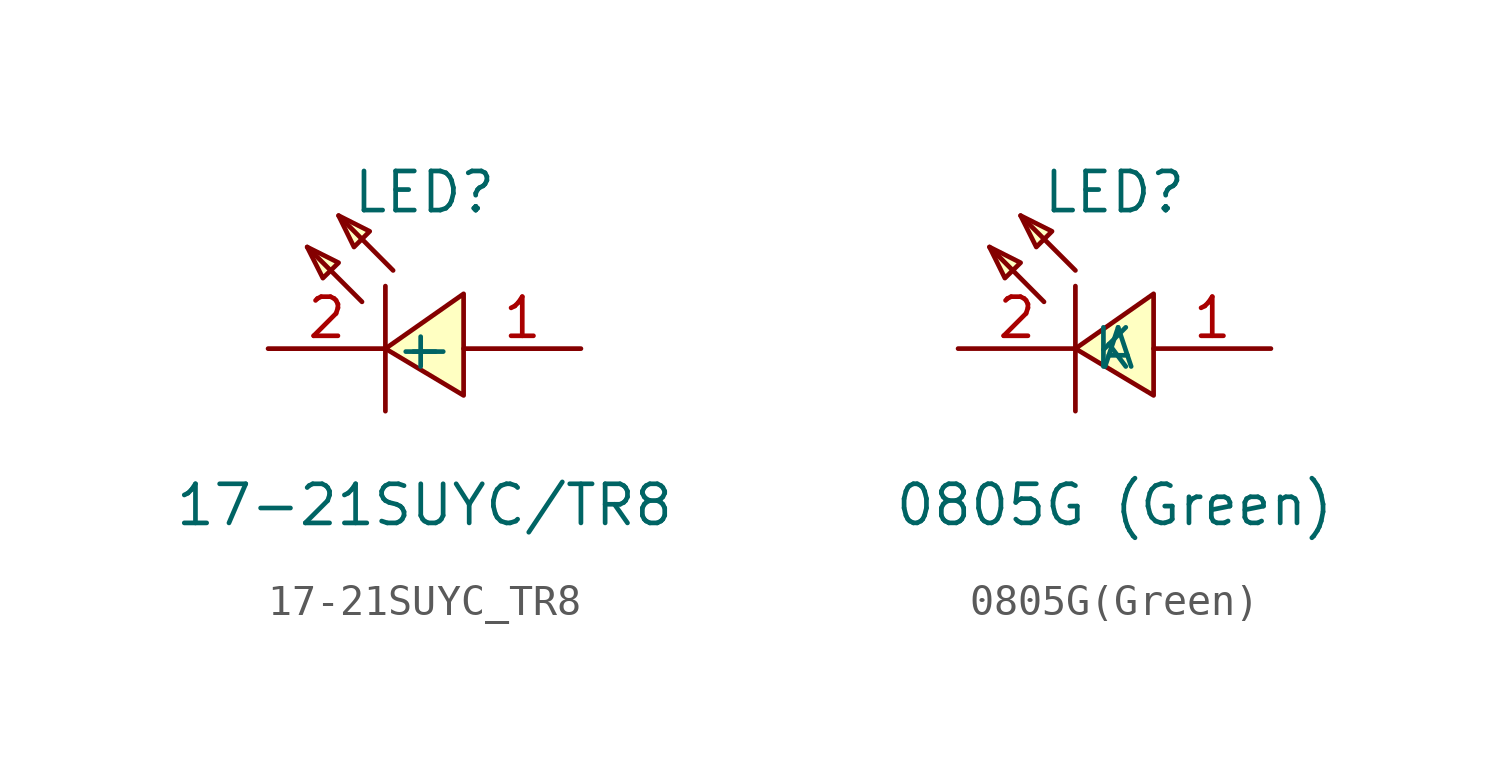
<source format=kicad_sym>
(kicad_symbol_lib
  (version 20211014)
  (generator https://github.com/uPesy/easyeda2kicad.py)
  (symbol "17-21SUYC_TR8"
    (property "Reference" "LED"
      (at 0 5.08 0)
      (effects (font (size 1.27 1.27))))
    (property "Value" "17-21SUYC/TR8"
      (at 0 -5.08 0)
      (effects (font (size 1.27 1.27))))
    (symbol "17-21SUYC_TR8_0_1"
      (polyline (pts (xy -3.81 3.30) (xy -2.79 2.79) (xy -3.30 2.29) (xy -3.81 3.30)) (stroke (width 0) (type default) (color 0 0 0 0)) (fill (type background)))
      (polyline (pts (xy -2.79 4.32) (xy -1.78 3.81) (xy -2.29 3.30) (xy -2.79 4.32)) (stroke (width 0) (type default) (color 0 0 0 0)) (fill (type background)))
      (polyline (pts (xy 1.27 -1.52) (xy -1.27 -0.00) (xy 1.27 1.78) (xy 1.27 -1.52)) (stroke (width 0) (type default) (color 0 0 0 0)) (fill (type background)))
      (polyline (pts (xy -2.03 1.52) (xy -3.81 3.30)) (stroke (width 0) (type default) (color 0 0 0 0)) (fill (type none)))
      (polyline (pts (xy -1.02 2.54) (xy -2.79 4.32)) (stroke (width 0) (type default) (color 0 0 0 0)) (fill (type none)))
      (polyline (pts (xy -1.27 2.03) (xy -1.27 -2.03)) (stroke (width 0) (type default) (color 0 0 0 0)) (fill (type none)))
      (pin unspecified line (at -5.08 -0.00 0) (length 3.81) (name "-" (effects (font (size 1.27 1.27)))) (number "2" (effects (font (size 1.27 1.27)))))
      (pin unspecified line (at 5.08 -0.00 180) (length 3.81) (name "+" (effects (font (size 1.27 1.27)))) (number "1" (effects (font (size 1.27 1.27)))))))
  (symbol "0805G(Green)"
    (property "Reference" "LED"
      (at 0 5.08 0)
      (effects (font (size 1.27 1.27))))
    (property "Value" "0805G (Green)"
      (at 0 -5.08 0)
      (effects (font (size 1.27 1.27))))
    (symbol "0805G(Green)_0_1"
      (polyline (pts (xy -4.06 3.30) (xy -3.05 2.79) (xy -3.56 2.29) (xy -4.06 3.30)) (stroke (width 0) (type default) (color 0 0 0 0)) (fill (type background)))
      (polyline (pts (xy -3.05 4.32) (xy -2.03 3.81) (xy -2.54 3.30) (xy -3.05 4.32)) (stroke (width 0) (type default) (color 0 0 0 0)) (fill (type background)))
      (polyline (pts (xy 1.27 -1.52) (xy -1.27 -0.00) (xy 1.27 1.78) (xy 1.27 -1.52)) (stroke (width 0) (type default) (color 0 0 0 0)) (fill (type background)))
      (polyline (pts (xy -2.29 1.52) (xy -4.06 3.30)) (stroke (width 0) (type default) (color 0 0 0 0)) (fill (type none)))
      (polyline (pts (xy -1.27 2.54) (xy -3.05 4.32)) (stroke (width 0) (type default) (color 0 0 0 0)) (fill (type none)))
      (polyline (pts (xy -1.27 2.03) (xy -1.27 -2.03)) (stroke (width 0) (type default) (color 0 0 0 0)) (fill (type none)))
      (pin unspecified line (at -5.08 -0.00 0) (length 3.81) (name "K" (effects (font (size 1.27 1.27)))) (number "2" (effects (font (size 1.27 1.27)))))
      (pin unspecified line (at 5.08 -0.00 180) (length 3.81) (name "A" (effects (font (size 1.27 1.27)))) (number "1" (effects (font (size 1.27 1.27))))))))
</source>
